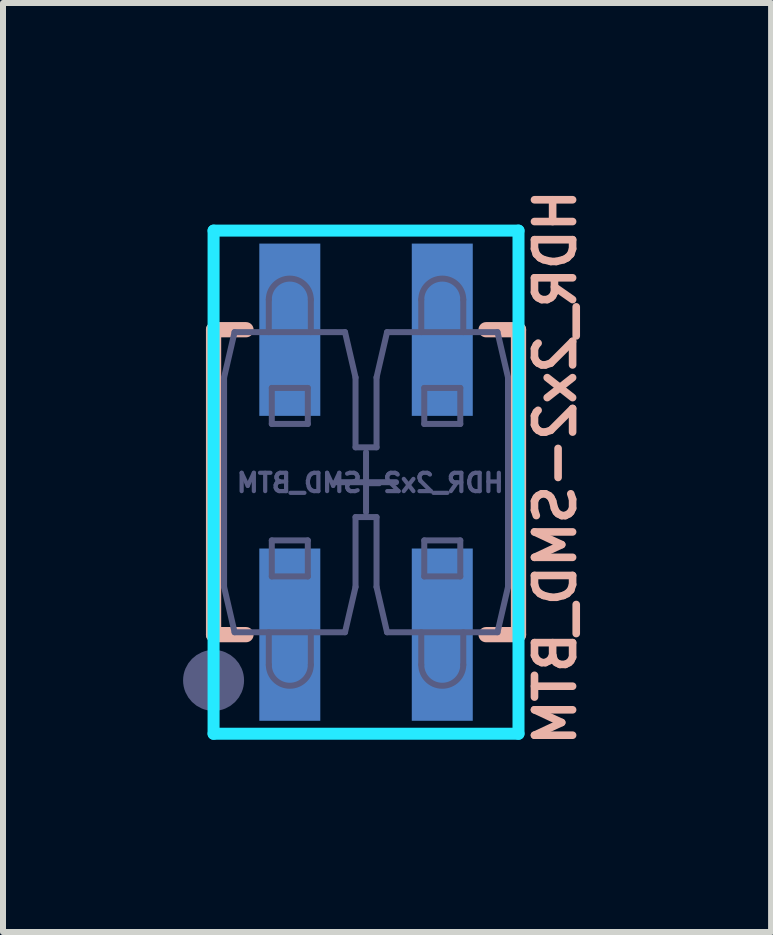
<source format=kicad_pcb>
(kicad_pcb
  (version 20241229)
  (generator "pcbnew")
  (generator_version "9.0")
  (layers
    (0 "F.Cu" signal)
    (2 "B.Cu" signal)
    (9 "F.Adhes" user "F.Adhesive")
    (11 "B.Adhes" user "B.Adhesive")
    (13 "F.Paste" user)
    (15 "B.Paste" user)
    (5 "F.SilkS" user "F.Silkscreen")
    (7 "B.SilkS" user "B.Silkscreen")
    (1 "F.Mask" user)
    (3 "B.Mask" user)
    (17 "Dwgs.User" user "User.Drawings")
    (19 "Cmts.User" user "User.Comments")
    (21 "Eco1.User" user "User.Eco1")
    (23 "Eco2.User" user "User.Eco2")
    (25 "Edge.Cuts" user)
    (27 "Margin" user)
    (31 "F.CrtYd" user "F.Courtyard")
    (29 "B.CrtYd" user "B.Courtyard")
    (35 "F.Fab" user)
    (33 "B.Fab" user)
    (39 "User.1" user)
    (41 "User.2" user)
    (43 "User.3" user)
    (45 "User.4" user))
  (footprint "HDR_2x2-SMD_BTM"
    (layer "F.Cu")
    (at 3.048 4.983)
    (property "Reference" "HDR_2x2-SMD_BTM" (at 3.154 -0.245 90) (unlocked yes) (layer "B.SilkS") (effects (font (size 0.635 0.635) (thickness 0.127)) (justify mirror)))
    (property "Datasheet" "" (at 0 0 0) (layer "B.Fab") (effects (font (size 0.25 0.25) (thickness 0.062)) (justify mirror)))
    (property "Description" "" (at 0 0 0) (layer "B.Fab") (effects (font (size 0.25 0.25) (thickness 0.062)) (justify mirror)))
    (fp_line (start -2.54 -2.54) (end -2 -2.54) (stroke (width 0.254) (type solid)) (layer "B.SilkS"))
    (fp_line (start -2.54 2.54) (end -2.54 -2.54) (stroke (width 0.254) (type solid)) (layer "B.SilkS"))
    (fp_line (start -2.54 2.54) (end -2 2.54) (stroke (width 0.254) (type solid)) (layer "B.SilkS"))
    (fp_line (start 2 -2.54) (end 2.54 -2.54) (stroke (width 0.254) (type solid)) (layer "B.SilkS"))
    (fp_line (start 2 2.54) (end 2.54 2.54) (stroke (width 0.254) (type solid)) (layer "B.SilkS"))
    (fp_line (start 2.54 2.54) (end 2.54 -2.54) (stroke (width 0.254) (type solid)) (layer "B.SilkS"))
    (fp_circle (center -2.54 3.302) (end -2.54 3.175) (stroke (width 0.35) (type solid)) (fill yes) (layer "B.SilkS"))
    (fp_line (start -2.54 -4.191) (end 2.54 -4.191) (stroke (width 0.2) (type solid)) (layer "B.CrtYd"))
    (fp_line (start -2.54 4.191) (end -2.54 -4.191) (stroke (width 0.2) (type solid)) (layer "B.CrtYd"))
    (fp_line (start -2.54 4.191) (end 2.54 4.191) (stroke (width 0.2) (type solid)) (layer "B.CrtYd"))
    (fp_line (start 2.54 4.191) (end 2.54 -4.191) (stroke (width 0.2) (type solid)) (layer "B.CrtYd"))
    (fp_line (start -2.365 -1.745) (end -2.19 -2.5) (stroke (width 0.1) (type solid)) (layer "B.Fab"))
    (fp_line (start -2.365 1.745) (end -2.365 -1.745) (stroke (width 0.1) (type solid)) (layer "B.Fab"))
    (fp_line (start -2.365 1.745) (end -2.19 2.5) (stroke (width 0.1) (type solid)) (layer "B.Fab"))
    (fp_line (start -2.19 -2.5) (end -0.35 -2.5) (stroke (width 0.1) (type solid)) (layer "B.Fab"))
    (fp_line (start -2.19 2.5) (end -0.35 2.5) (stroke (width 0.1) (type solid)) (layer "B.Fab"))
    (fp_line (start -1.62 -2.5) (end -1.62 -3.042) (stroke (width 0.1) (type solid)) (layer "B.Fab"))
    (fp_line (start -1.62 3.042) (end -1.62 2.5) (stroke (width 0.1) (type solid)) (layer "B.Fab"))
    (fp_line (start -1.57 -1.57) (end -0.97 -1.57) (stroke (width 0.1) (type solid)) (layer "B.Fab"))
    (fp_line (start -1.57 -0.97) (end -1.57 -1.57) (stroke (width 0.1) (type solid)) (layer "B.Fab"))
    (fp_line (start -1.57 -0.97) (end -0.97 -0.97) (stroke (width 0.1) (type solid)) (layer "B.Fab"))
    (fp_line (start -1.57 0.97) (end -0.97 0.97) (stroke (width 0.1) (type solid)) (layer "B.Fab"))
    (fp_line (start -1.57 1.57) (end -1.57 0.97) (stroke (width 0.1) (type solid)) (layer "B.Fab"))
    (fp_line (start -1.57 1.57) (end -0.97 1.57) (stroke (width 0.1) (type solid)) (layer "B.Fab"))
    (fp_line (start -0.97 -0.97) (end -0.97 -1.57) (stroke (width 0.1) (type solid)) (layer "B.Fab"))
    (fp_line (start -0.97 1.57) (end -0.97 0.97) (stroke (width 0.1) (type solid)) (layer "B.Fab"))
    (fp_line (start -0.92 -3.042) (end -0.92 -2.5) (stroke (width 0.1) (type solid)) (layer "B.Fab"))
    (fp_line (start -0.92 3.042) (end -0.92 2.5) (stroke (width 0.1) (type solid)) (layer "B.Fab"))
    (fp_line (start -0.5 0) (end 0.5 0) (stroke (width 0.1) (type solid)) (layer "B.Fab"))
    (fp_line (start -0.35 -2.5) (end -0.175 -1.745) (stroke (width 0.1) (type solid)) (layer "B.Fab"))
    (fp_line (start -0.35 2.5) (end -0.175 1.745) (stroke (width 0.1) (type solid)) (layer "B.Fab"))
    (fp_line (start -0.175 -0.581) (end -0.175 -1.745) (stroke (width 0.1) (type solid)) (layer "B.Fab"))
    (fp_line (start -0.175 -0.581) (end 0.175 -0.581) (stroke (width 0.1) (type solid)) (layer "B.Fab"))
    (fp_line (start -0.175 0.581) (end 0.175 0.581) (stroke (width 0.1) (type solid)) (layer "B.Fab"))
    (fp_line (start -0.175 1.745) (end -0.175 0.581) (stroke (width 0.1) (type solid)) (layer "B.Fab"))
    (fp_line (start 0 0.5) (end 0 -0.5) (stroke (width 0.1) (type solid)) (layer "B.Fab"))
    (fp_line (start 0.175 -1.745) (end 0.35 -2.5) (stroke (width 0.1) (type solid)) (layer "B.Fab"))
    (fp_line (start 0.175 -0.581) (end 0.175 -1.745) (stroke (width 0.1) (type solid)) (layer "B.Fab"))
    (fp_line (start 0.175 1.745) (end 0.175 0.581) (stroke (width 0.1) (type solid)) (layer "B.Fab"))
    (fp_line (start 0.175 1.745) (end 0.35 2.5) (stroke (width 0.1) (type solid)) (layer "B.Fab"))
    (fp_line (start 0.35 -2.5) (end 2.19 -2.5) (stroke (width 0.1) (type solid)) (layer "B.Fab"))
    (fp_line (start 0.35 2.5) (end 2.19 2.5) (stroke (width 0.1) (type solid)) (layer "B.Fab"))
    (fp_line (start 0.92 -2.5) (end 0.92 -3.042) (stroke (width 0.1) (type solid)) (layer "B.Fab"))
    (fp_line (start 0.92 3.042) (end 0.92 2.5) (stroke (width 0.1) (type solid)) (layer "B.Fab"))
    (fp_line (start 0.97 -1.57) (end 1.57 -1.57) (stroke (width 0.1) (type solid)) (layer "B.Fab"))
    (fp_line (start 0.97 -0.97) (end 0.97 -1.57) (stroke (width 0.1) (type solid)) (layer "B.Fab"))
    (fp_line (start 0.97 -0.97) (end 1.57 -0.97) (stroke (width 0.1) (type solid)) (layer "B.Fab"))
    (fp_line (start 0.97 0.97) (end 0.97 1.57) (stroke (width 0.1) (type solid)) (layer "B.Fab"))
    (fp_line (start 0.97 0.97) (end 1.57 0.97) (stroke (width 0.1) (type solid)) (layer "B.Fab"))
    (fp_line (start 0.97 1.57) (end 1.57 1.57) (stroke (width 0.1) (type solid)) (layer "B.Fab"))
    (fp_line (start 1.57 -0.97) (end 1.57 -1.57) (stroke (width 0.1) (type solid)) (layer "B.Fab"))
    (fp_line (start 1.57 1.57) (end 1.57 0.97) (stroke (width 0.1) (type solid)) (layer "B.Fab"))
    (fp_line (start 1.62 -2.5) (end 1.62 -3.042) (stroke (width 0.1) (type solid)) (layer "B.Fab"))
    (fp_line (start 1.62 3.042) (end 1.62 2.5) (stroke (width 0.1) (type solid)) (layer "B.Fab"))
    (fp_line (start 2.19 -2.5) (end 2.365 -1.745) (stroke (width 0.1) (type solid)) (layer "B.Fab"))
    (fp_line (start 2.19 2.5) (end 2.365 1.745) (stroke (width 0.1) (type solid)) (layer "B.Fab"))
    (fp_line (start 2.365 1.745) (end 2.365 -1.745) (stroke (width 0.1) (type solid)) (layer "B.Fab"))
    (fp_arc (start -1.62 -3.04157) (mid -1.27 -3.39157) (end -0.92 -3.04157) (stroke (width 0.1) (type solid)) (layer "B.Fab"))
    (fp_arc (start -0.92 3.04156) (mid -1.27 3.39156) (end -1.62 3.04156) (stroke (width 0.1) (type solid)) (layer "B.Fab"))
    (fp_arc (start 0.91999 -3.04157) (mid 1.26999 -3.39157) (end 1.61999 -3.04157) (stroke (width 0.1) (type solid)) (layer "B.Fab"))
    (fp_arc (start 1.62 3.04156) (mid 1.27 3.39156) (end 0.92 3.04156) (stroke (width 0.1) (type solid)) (layer "B.Fab"))
    (fp_circle (center -2.54 3.302) (end -2.54 3.048) (stroke (width 0.508) (type solid)) (fill no) (layer "B.Fab"))
    (fp_text user "${REFERENCE}" (at 0.07 0.011 0) (unlocked yes) (layer "B.Fab") (effects (font (size 0.305 0.305) (thickness 0.07)) (justify mirror)))
    (pad "1" smd rect (at -1.27 2.54) (size 1.016 2.87) (layers "B.Cu" "B.Mask" "B.Paste"))
    (pad "2" smd rect (at -1.27 -2.54) (size 1.016 2.87) (layers "B.Cu" "B.Mask" "B.Paste"))
    (pad "3" smd rect (at 1.27 2.54) (size 1.016 2.87) (layers "B.Cu" "B.Mask" "B.Paste"))
    (pad "4" smd rect (at 1.27 -2.54) (size 1.016 2.87) (layers "B.Cu" "B.Mask" "B.Paste")))
  (gr_rect
    (start -3 -3)
    (end 9.796 12.477)
    (stroke (width 0.1) (type default))
    (fill no)
    (layer "Edge.Cuts")))
</source>
